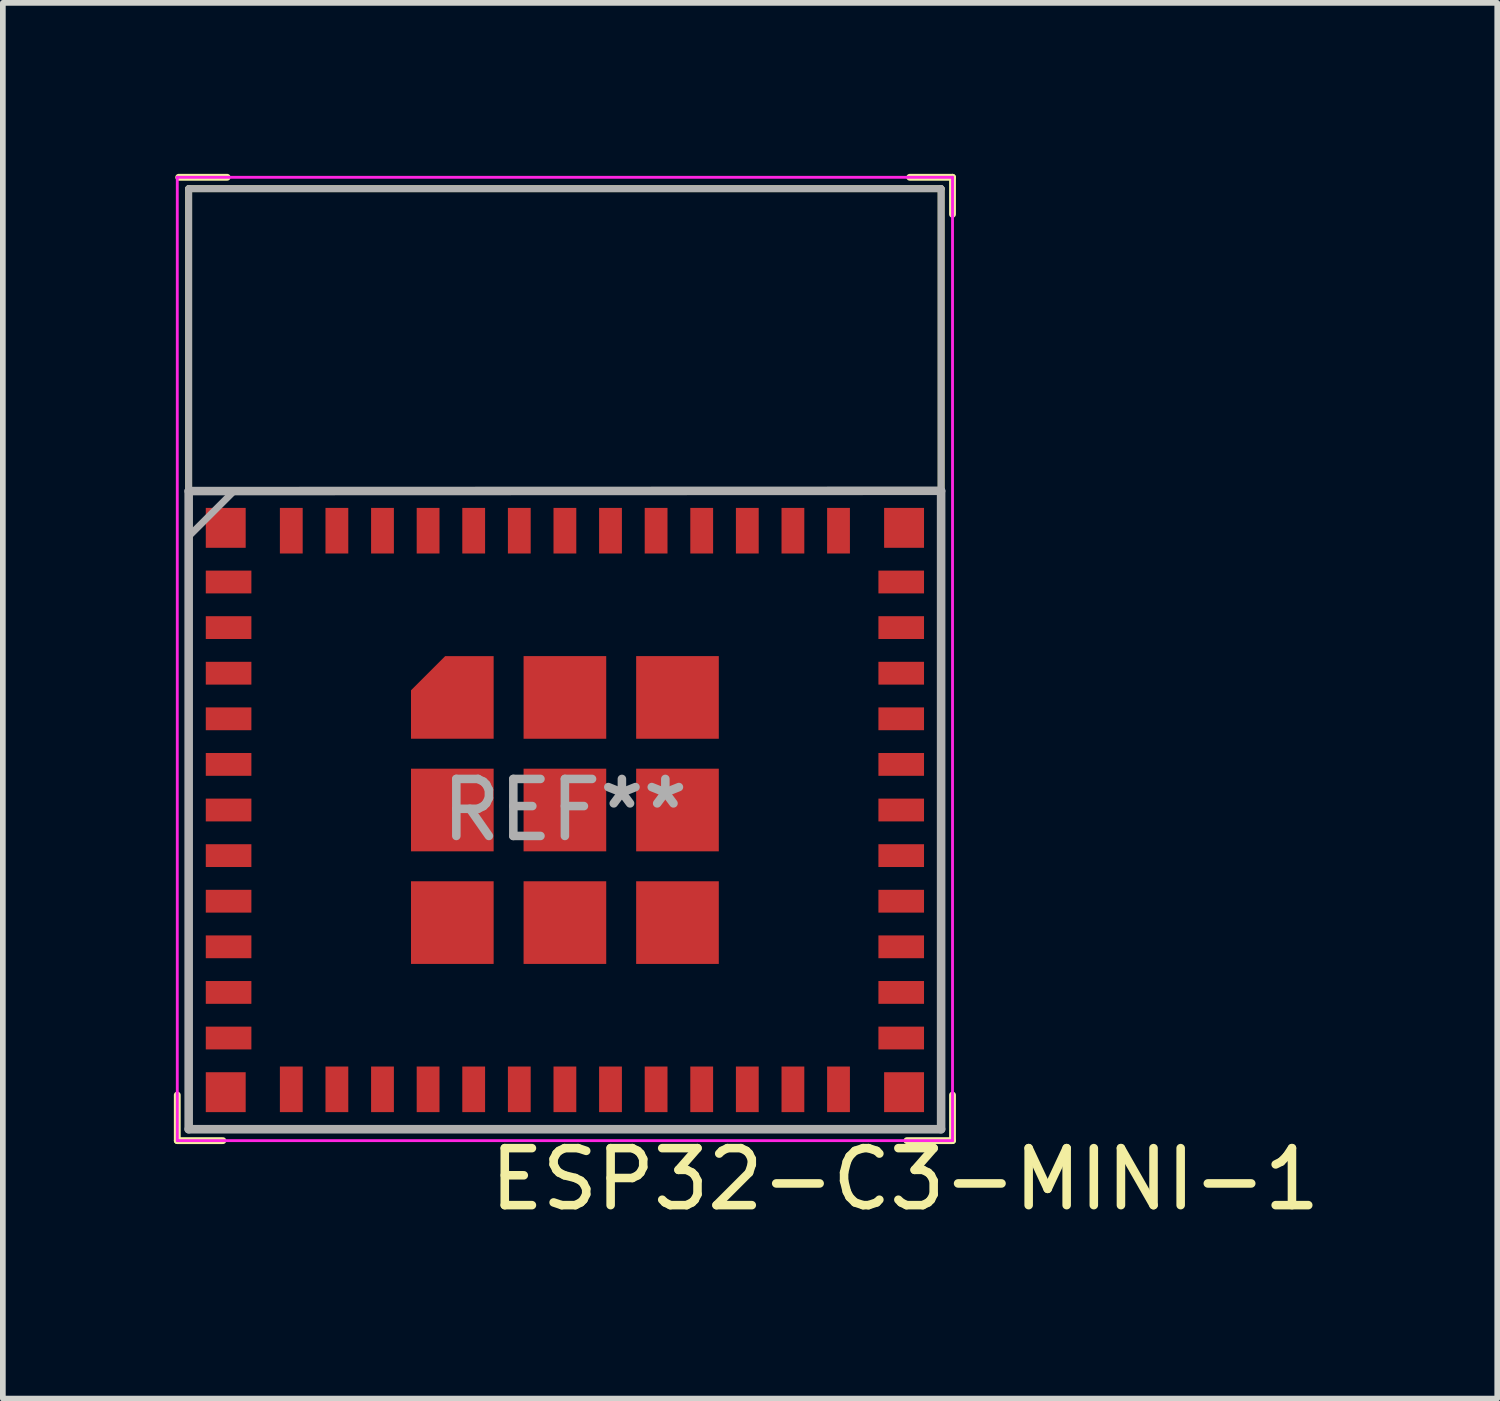
<source format=kicad_pcb>
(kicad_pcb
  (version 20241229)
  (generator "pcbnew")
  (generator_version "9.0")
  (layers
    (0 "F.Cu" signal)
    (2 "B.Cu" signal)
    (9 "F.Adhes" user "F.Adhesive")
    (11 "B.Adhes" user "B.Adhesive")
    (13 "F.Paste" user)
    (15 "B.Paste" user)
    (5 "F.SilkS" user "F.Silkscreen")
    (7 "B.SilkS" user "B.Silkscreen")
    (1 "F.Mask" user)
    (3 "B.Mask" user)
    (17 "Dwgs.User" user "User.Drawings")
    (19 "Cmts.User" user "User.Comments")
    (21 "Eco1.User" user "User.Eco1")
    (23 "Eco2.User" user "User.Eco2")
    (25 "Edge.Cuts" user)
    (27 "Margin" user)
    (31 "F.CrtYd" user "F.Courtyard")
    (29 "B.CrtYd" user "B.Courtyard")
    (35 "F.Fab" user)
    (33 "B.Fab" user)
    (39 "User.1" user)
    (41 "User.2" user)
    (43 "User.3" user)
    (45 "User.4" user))
  (footprint "ESP32-C3-MINI-1"
    (layer "F.Cu")
    (at 6.86 11.16)
    (property "Reference" "ESP32-C3-MINI-1" (at 5.969 6.477 0) (layer "F.SilkS") (effects (font (size 1 1) (thickness 0.15))))
    (attr smd)
    (fp_line (start -6.8 5) (end -6.8 5.8) (stroke (width 0.12) (type solid)) (layer "F.SilkS"))
    (fp_line (start -6.8 5.8) (end -6 5.8) (stroke (width 0.12) (type solid)) (layer "F.SilkS"))
    (fp_line (start -6.6 -10.9) (end 6.6 -10.9) (stroke (width 0.12) (type solid)) (layer "F.SilkS"))
    (fp_line (start -6.6 -5.6) (end 6.6 -5.6) (stroke (width 0.12) (type solid)) (layer "F.SilkS"))
    (fp_line (start -6.6 5.6) (end -6.6 -10.9) (stroke (width 0.12) (type solid)) (layer "F.SilkS"))
    (fp_line (start -5.925 -11.1) (end -6.775 -11.1) (stroke (width 0.12) (type solid)) (layer "F.SilkS"))
    (fp_line (start 6.05 -11.1) (end 6.8 -11.1) (stroke (width 0.12) (type solid)) (layer "F.SilkS"))
    (fp_line (start 6.6 -10.9) (end 6.6 5.6) (stroke (width 0.12) (type solid)) (layer "F.SilkS"))
    (fp_line (start 6.6 5.6) (end -6.6 5.6) (stroke (width 0.12) (type solid)) (layer "F.SilkS"))
    (fp_line (start 6.8 -11.1) (end 6.8 -10.45) (stroke (width 0.12) (type solid)) (layer "F.SilkS"))
    (fp_line (start 6.8 5) (end 6.8 5.8) (stroke (width 0.12) (type solid)) (layer "F.SilkS"))
    (fp_line (start 6.8 5.8) (end 6 5.8) (stroke (width 0.12) (type solid)) (layer "F.SilkS"))
    (fp_line (start -6.8 -11.1) (end 6.8 -11.1) (stroke (width 0.05) (type solid)) (layer "F.CrtYd"))
    (fp_line (start -6.8 5.8) (end -6.8 -11.1) (stroke (width 0.05) (type solid)) (layer "F.CrtYd"))
    (fp_line (start 6.8 -11.1) (end 6.8 5.8) (stroke (width 0.05) (type solid)) (layer "F.CrtYd"))
    (fp_line (start 6.8 5.8) (end -6.8 5.8) (stroke (width 0.05) (type solid)) (layer "F.CrtYd"))
    (fp_line (start -6.6 -5.595) (end -6.6 5.6) (stroke (width 0.15) (type solid)) (layer "F.Fab"))
    (fp_line (start -6.6 -5.5) (end -6.6 -10.9) (stroke (width 0.12) (type solid)) (layer "F.Fab"))
    (fp_line (start -6.6 5.6) (end 6.6 5.6) (stroke (width 0.15) (type solid)) (layer "F.Fab"))
    (fp_line (start -5.8 -5.6) (end -6.6 -4.8) (stroke (width 0.12) (type solid)) (layer "F.Fab"))
    (fp_line (start 6.6 -10.9) (end -6.6 -10.9) (stroke (width 0.12) (type solid)) (layer "F.Fab"))
    (fp_line (start 6.6 -5.6) (end -6.6 -5.595) (stroke (width 0.15) (type solid)) (layer "F.Fab"))
    (fp_line (start 6.6 -5.5) (end 6.6 -10.9) (stroke (width 0.12) (type solid)) (layer "F.Fab"))
    (fp_line (start 6.6 5.6) (end 6.6 -5.595) (stroke (width 0.15) (type solid)) (layer "F.Fab"))
    (fp_text user "REF**" (at 0 0 0) (layer "F.Fab") (effects (font (size 1 1) (thickness 0.15))))
    (pad "1" smd rect (at -5.9 -4 90) (size 0.4 0.8) (layers "F.Cu" "F.Mask" "F.Paste"))
    (pad "2" smd rect (at -5.9 -3.2 90) (size 0.4 0.8) (layers "F.Cu" "F.Mask" "F.Paste"))
    (pad "3" smd rect (at -5.9 -2.4 90) (size 0.4 0.8) (layers "F.Cu" "F.Mask" "F.Paste"))
    (pad "4" smd rect (at -5.9 -1.6 90) (size 0.4 0.8) (layers "F.Cu" "F.Mask" "F.Paste"))
    (pad "5" smd rect (at -5.9 -0.8 90) (size 0.4 0.8) (layers "F.Cu" "F.Mask" "F.Paste"))
    (pad "6" smd rect (at -5.9 0 90) (size 0.4 0.8) (layers "F.Cu" "F.Mask" "F.Paste"))
    (pad "7" smd rect (at -5.9 0.8 90) (size 0.4 0.8) (layers "F.Cu" "F.Mask" "F.Paste"))
    (pad "8" smd rect (at -5.9 1.6 90) (size 0.4 0.8) (layers "F.Cu" "F.Mask" "F.Paste"))
    (pad "9" smd rect (at -5.9 2.4 90) (size 0.4 0.8) (layers "F.Cu" "F.Mask" "F.Paste"))
    (pad "10" smd rect (at -5.9 3.2 90) (size 0.4 0.8) (layers "F.Cu" "F.Mask" "F.Paste"))
    (pad "11" smd rect (at -5.9 4 90) (size 0.4 0.8) (layers "F.Cu" "F.Mask" "F.Paste"))
    (pad "12" smd rect (at -4.8 4.9) (size 0.4 0.8) (layers "F.Cu" "F.Mask" "F.Paste"))
    (pad "13" smd rect (at -4 4.9) (size 0.4 0.8) (layers "F.Cu" "F.Mask" "F.Paste"))
    (pad "14" smd rect (at -3.2 4.9) (size 0.4 0.8) (layers "F.Cu" "F.Mask" "F.Paste"))
    (pad "15" smd rect (at -2.4 4.9) (size 0.4 0.8) (layers "F.Cu" "F.Mask" "F.Paste"))
    (pad "16" smd rect (at -1.6 4.9) (size 0.4 0.8) (layers "F.Cu" "F.Mask" "F.Paste"))
    (pad "17" smd rect (at -0.8 4.9) (size 0.4 0.8) (layers "F.Cu" "F.Mask" "F.Paste"))
    (pad "18" smd rect (at 0 4.9) (size 0.4 0.8) (layers "F.Cu" "F.Mask" "F.Paste"))
    (pad "19" smd rect (at 0.8 4.9) (size 0.4 0.8) (layers "F.Cu" "F.Mask" "F.Paste"))
    (pad "20" smd rect (at 1.6 4.9) (size 0.4 0.8) (layers "F.Cu" "F.Mask" "F.Paste"))
    (pad "21" smd rect (at 2.4 4.9) (size 0.4 0.8) (layers "F.Cu" "F.Mask" "F.Paste"))
    (pad "22" smd rect (at 3.2 4.9) (size 0.4 0.8) (layers "F.Cu" "F.Mask" "F.Paste"))
    (pad "23" smd rect (at 4 4.9) (size 0.4 0.8) (layers "F.Cu" "F.Mask" "F.Paste"))
    (pad "24" smd rect (at 4.8 4.9) (size 0.4 0.8) (layers "F.Cu" "F.Mask" "F.Paste"))
    (pad "25" smd rect (at 5.9 4 90) (size 0.4 0.8) (layers "F.Cu" "F.Mask" "F.Paste"))
    (pad "26" smd rect (at 5.9 3.2 90) (size 0.4 0.8) (layers "F.Cu" "F.Mask" "F.Paste"))
    (pad "27" smd rect (at 5.9 2.4 90) (size 0.4 0.8) (layers "F.Cu" "F.Mask" "F.Paste"))
    (pad "28" smd rect (at 5.9 1.6 90) (size 0.4 0.8) (layers "F.Cu" "F.Mask" "F.Paste"))
    (pad "29" smd rect (at 5.9 0.8 90) (size 0.4 0.8) (layers "F.Cu" "F.Mask" "F.Paste"))
    (pad "30" smd rect (at 5.9 0 90) (size 0.4 0.8) (layers "F.Cu" "F.Mask" "F.Paste"))
    (pad "31" smd rect (at 5.9 -0.8 90) (size 0.4 0.8) (layers "F.Cu" "F.Mask" "F.Paste"))
    (pad "32" smd rect (at 5.9 -1.6 90) (size 0.4 0.8) (layers "F.Cu" "F.Mask" "F.Paste"))
    (pad "33" smd rect (at 5.9 -2.4 90) (size 0.4 0.8) (layers "F.Cu" "F.Mask" "F.Paste"))
    (pad "34" smd rect (at 5.9 -3.2 90) (size 0.4 0.8) (layers "F.Cu" "F.Mask" "F.Paste"))
    (pad "35" smd rect (at 5.9 -4 90) (size 0.4 0.8) (layers "F.Cu" "F.Mask" "F.Paste"))
    (pad "36" smd rect (at -5.95 -4.95 90) (size 0.7 0.7) (layers "F.Cu" "F.Mask" "F.Paste"))
    (pad "36" smd rect (at -5.95 4.95 90) (size 0.7 0.7) (layers "F.Cu" "F.Mask" "F.Paste"))
    (pad "36" smd rect (at -4.8 -4.9) (size 0.4 0.8) (layers "F.Cu" "F.Mask" "F.Paste"))
    (pad "36" smd rect (at -4 -4.9) (size 0.4 0.8) (layers "F.Cu" "F.Mask" "F.Paste"))
    (pad "36" smd rect (at -3.2 -4.9) (size 0.4 0.8) (layers "F.Cu" "F.Mask" "F.Paste"))
    (pad "36" smd rect (at -2.4 -4.9) (size 0.4 0.8) (layers "F.Cu" "F.Mask" "F.Paste"))
    (pad "36" smd custom (at -1.975 -1.975) (size 0.8 0.8) (layers "F.Cu" "F.Mask" "F.Paste") (options (anchor rect)) (primitives (gr_poly (pts (xy 0.725 0.725) (xy -0.725 0.725) (xy -0.725 -0.125) (xy -0.125 -0.725) (xy 0.725 -0.725)) (width 0) (fill yes))))
    (pad "36" smd rect (at -1.975 0 90) (size 1.45 1.45) (layers "F.Cu" "F.Mask" "F.Paste"))
    (pad "36" smd rect (at -1.975 1.975 90) (size 1.45 1.45) (layers "F.Cu" "F.Mask" "F.Paste"))
    (pad "36" smd rect (at -1.6 -4.9) (size 0.4 0.8) (layers "F.Cu" "F.Mask" "F.Paste"))
    (pad "36" smd rect (at -0.8 -4.9) (size 0.4 0.8) (layers "F.Cu" "F.Mask" "F.Paste"))
    (pad "36" smd rect (at 0 -4.9) (size 0.4 0.8) (layers "F.Cu" "F.Mask" "F.Paste"))
    (pad "36" smd rect (at 0 -1.975 90) (size 1.45 1.45) (layers "F.Cu" "F.Mask" "F.Paste"))
    (pad "36" smd rect (at 0 0 90) (size 1.45 1.45) (layers "F.Cu" "F.Mask" "F.Paste"))
    (pad "36" smd rect (at 0 1.975 90) (size 1.45 1.45) (layers "F.Cu" "F.Mask" "F.Paste"))
    (pad "36" smd rect (at 0.8 -4.9) (size 0.4 0.8) (layers "F.Cu" "F.Mask" "F.Paste"))
    (pad "36" smd rect (at 1.6 -4.9) (size 0.4 0.8) (layers "F.Cu" "F.Mask" "F.Paste"))
    (pad "36" smd rect (at 1.975 -1.975 90) (size 1.45 1.45) (layers "F.Cu" "F.Mask" "F.Paste"))
    (pad "36" smd rect (at 1.975 0 90) (size 1.45 1.45) (layers "F.Cu" "F.Mask" "F.Paste"))
    (pad "36" smd rect (at 1.975 1.975 90) (size 1.45 1.45) (layers "F.Cu" "F.Mask" "F.Paste"))
    (pad "36" smd rect (at 2.4 -4.9) (size 0.4 0.8) (layers "F.Cu" "F.Mask" "F.Paste"))
    (pad "36" smd rect (at 3.2 -4.9) (size 0.4 0.8) (layers "F.Cu" "F.Mask" "F.Paste"))
    (pad "36" smd rect (at 4 -4.9) (size 0.4 0.8) (layers "F.Cu" "F.Mask" "F.Paste"))
    (pad "36" smd rect (at 4.8 -4.9) (size 0.4 0.8) (layers "F.Cu" "F.Mask" "F.Paste"))
    (pad "36" smd rect (at 5.95 -4.95 90) (size 0.7 0.7) (layers "F.Cu" "F.Mask" "F.Paste"))
    (pad "36" smd rect (at 5.95 4.95 90) (size 0.7 0.7) (layers "F.Cu" "F.Mask" "F.Paste")))
  (gr_rect
    (start -3 -3)
    (end 23.216 21.485)
    (stroke (width 0.1) (type default))
    (fill no)
    (layer "Edge.Cuts")))
</source>
